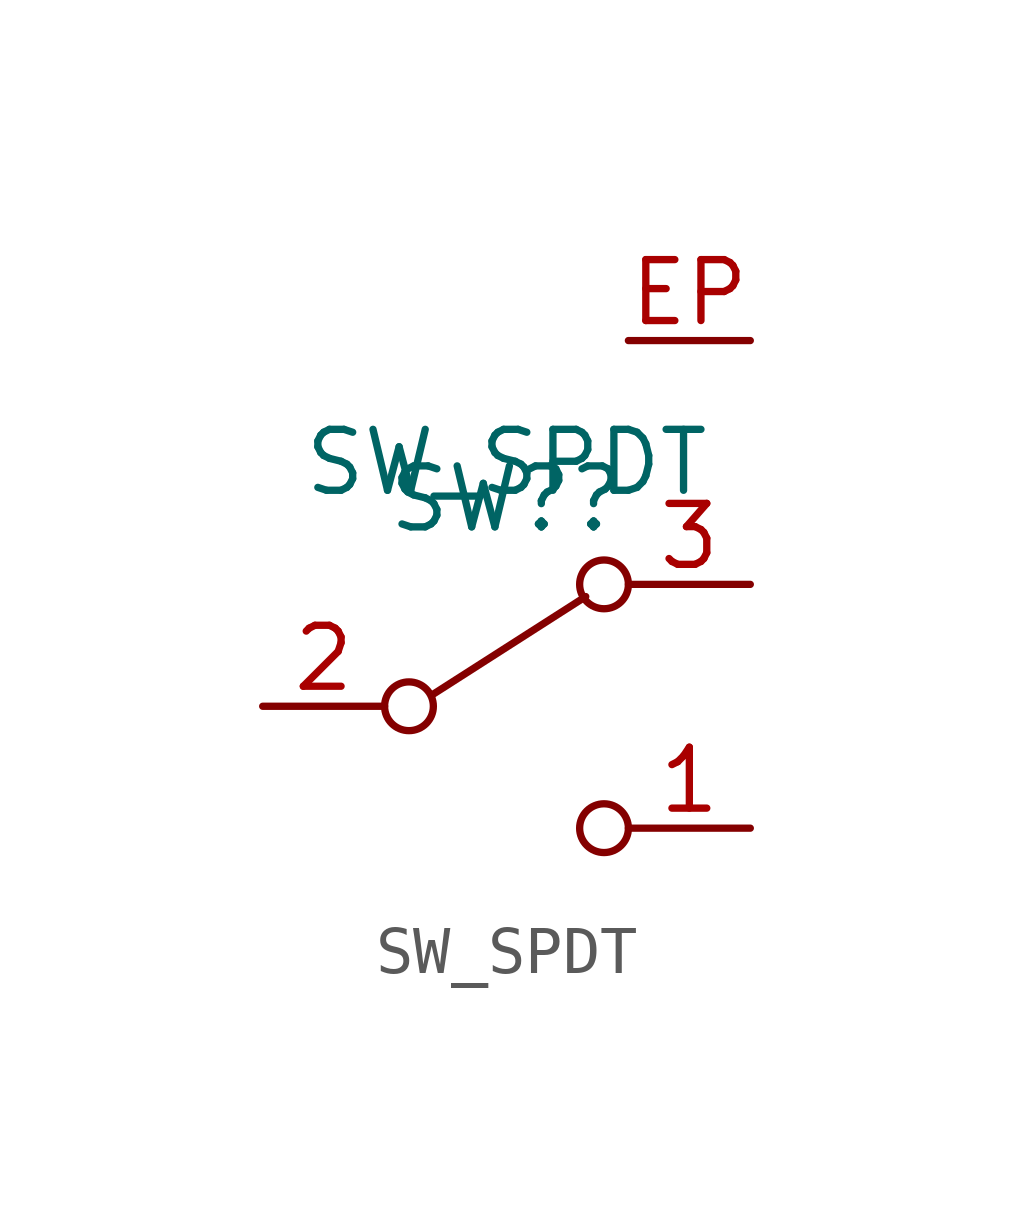
<source format=kicad_sym>
(kicad_symbol_lib
  (version 20220914)
  (generator kicad_symbol_editor)
  (symbol "SW_SPDT"
    (pin_names
      (offset 0) hide)
    (property "Reference" "SW?"
      (at 0 4.318 0)
      (effects (font (size 1.27 1.27))))
    (property "Value" "SW_SPDT"
      (at 0 5.08 0)
      (effects (font (size 1.27 1.27))))
    (symbol "SW_SPDT_0_0"
      (circle (center -2.032 0) (radius 0.508) (stroke (width 0) (type default)) (fill (type none)))
      (circle (center 2.032 -2.54) (radius 0.508) (stroke (width 0) (type default)) (fill (type none))))
    (symbol "SW_SPDT_0_1"
      (polyline (pts (xy -1.524 0.254) (xy 1.651 2.286)) (stroke (width 0) (type default)) (fill (type none)))
      (circle (center 2.032 2.54) (radius 0.508) (stroke (width 0) (type default)) (fill (type none))))
    (symbol "SW_SPDT_1_1"
      (pin passive line (at 5.08 -2.54 180) (length 2.54) (name "C" (effects (font (size 1.27 1.27)))) (number "1" (effects (font (size 1.27 1.27)))))
      (pin passive line (at -5.08 0 0) (length 2.54) (name "B" (effects (font (size 1.27 1.27)))) (number "2" (effects (font (size 1.27 1.27)))))
      (pin passive line (at 5.08 2.54 180) (length 2.54) (name "A" (effects (font (size 1.27 1.27)))) (number "3" (effects (font (size 1.27 1.27)))))
      (pin input line (at 5.08 7.62 180) (length 2.54) (name "EP" (effects (font (size 1.27 1.27)))) (number "EP" (effects (font (size 1.27 1.27))))))))
</source>
